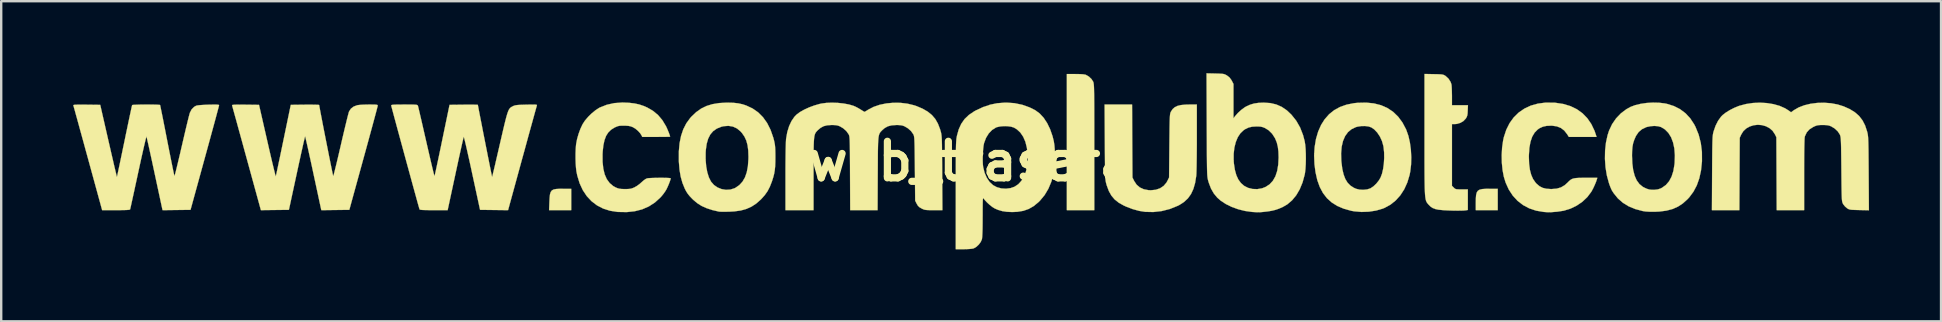
<source format=kicad_pcb>
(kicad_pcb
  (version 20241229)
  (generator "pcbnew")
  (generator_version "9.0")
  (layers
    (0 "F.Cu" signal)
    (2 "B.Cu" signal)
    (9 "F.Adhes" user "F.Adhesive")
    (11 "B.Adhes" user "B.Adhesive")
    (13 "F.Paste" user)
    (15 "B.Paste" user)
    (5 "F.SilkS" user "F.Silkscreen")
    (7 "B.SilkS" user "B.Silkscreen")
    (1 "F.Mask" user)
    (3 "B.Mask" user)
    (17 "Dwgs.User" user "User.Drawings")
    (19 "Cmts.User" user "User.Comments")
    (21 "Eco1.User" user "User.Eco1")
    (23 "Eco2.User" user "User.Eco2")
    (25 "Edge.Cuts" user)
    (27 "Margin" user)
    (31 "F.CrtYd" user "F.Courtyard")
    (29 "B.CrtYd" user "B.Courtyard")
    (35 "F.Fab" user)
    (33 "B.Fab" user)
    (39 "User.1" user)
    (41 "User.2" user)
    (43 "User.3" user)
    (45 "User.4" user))
  (footprint "web_trasera"
    (layer "F.Cu")
    (at 37.4 3.67)
    (property "Reference" "web_trasera" (at 0 0 0) (layer "F.SilkS") (effects (font (size 1.524 1.524) (thickness 0.3))))
    (attr through_hole)
    (fp_poly (pts (xy -16.654 2.034) (xy -17.576 2.034) (xy -17.563 1.697) (xy -17.554 1.516) (xy -17.539 1.379) (xy -17.51 1.281) (xy -17.462 1.215) (xy -17.388 1.174) (xy -17.282 1.153) (xy -17.137 1.145) (xy -16.998 1.144) (xy -16.654 1.144) (xy -16.654 2.034)) (stroke (width 0.01) (type solid)) (fill yes) (layer "F.SilkS"))
    (fp_poly (pts (xy 21.942 2.034) (xy 21.027 2.034) (xy 21.027 1.735) (xy 21.03 1.547) (xy 21.041 1.404) (xy 21.068 1.299) (xy 21.115 1.227) (xy 21.189 1.181) (xy 21.295 1.156) (xy 21.438 1.146) (xy 21.593 1.144) (xy 21.942 1.144) (xy 21.942 2.034)) (stroke (width 0.01) (type solid)) (fill yes) (layer "F.SilkS"))
    (fp_poly (pts (xy 4.534 -3.633) (xy 4.67 -3.625) (xy 4.761 -3.61) (xy 4.787 -3.602) (xy 4.913 -3.528) (xy 5.02 -3.425) (xy 5.088 -3.319) (xy 5.096 -3.301) (xy 5.102 -3.278) (xy 5.108 -3.249) (xy 5.113 -3.21) (xy 5.118 -3.158) (xy 5.122 -3.09) (xy 5.125 -3.003) (xy 5.127 -2.894) (xy 5.13 -2.761) (xy 5.131 -2.6) (xy 5.133 -2.407) (xy 5.134 -2.181) (xy 5.134 -1.918) (xy 5.135 -1.615) (xy 5.135 -1.27) (xy 5.135 -0.878) (xy 5.135 -0.591) (xy 5.136 2.034) (xy 3.992 2.034) (xy 3.992 -3.636) (xy 4.349 -3.636) (xy 4.534 -3.633)) (stroke (width 0.01) (type solid)) (fill yes) (layer "F.SilkS"))
    (fp_poly (pts (xy 19.281 -3.631) (xy 19.431 -3.628) (xy 19.539 -3.624) (xy 19.615 -3.617) (xy 19.669 -3.607) (xy 19.71 -3.591) (xy 19.748 -3.569) (xy 19.771 -3.554) (xy 19.892 -3.442) (xy 19.978 -3.307) (xy 20.012 -3.211) (xy 20.02 -3.152) (xy 20.026 -3.053) (xy 20.031 -2.927) (xy 20.034 -2.786) (xy 20.035 -2.727) (xy 20.035 -2.339) (xy 20.701 -2.339) (xy 20.692 -2.115) (xy 20.686 -1.999) (xy 20.675 -1.918) (xy 20.654 -1.857) (xy 20.622 -1.797) (xy 20.612 -1.782) (xy 20.516 -1.68) (xy 20.388 -1.603) (xy 20.243 -1.559) (xy 20.156 -1.551) (xy 20.035 -1.551) (xy 20.035 1.021) (xy 20.11 1.095) (xy 20.146 1.129) (xy 20.18 1.151) (xy 20.226 1.163) (xy 20.294 1.168) (xy 20.397 1.17) (xy 20.44 1.17) (xy 20.696 1.17) (xy 20.696 2.027) (xy 20.601 2.043) (xy 20.523 2.05) (xy 20.404 2.054) (xy 20.255 2.055) (xy 20.087 2.053) (xy 19.911 2.047) (xy 19.735 2.039) (xy 19.654 2.033) (xy 19.476 2.016) (xy 19.338 1.987) (xy 19.229 1.944) (xy 19.14 1.883) (xy 19.072 1.815) (xy 19.043 1.783) (xy 19.018 1.754) (xy 18.996 1.724) (xy 18.976 1.691) (xy 18.959 1.652) (xy 18.944 1.603) (xy 18.932 1.541) (xy 18.922 1.465) (xy 18.913 1.369) (xy 18.907 1.252) (xy 18.901 1.111) (xy 18.898 0.941) (xy 18.895 0.742) (xy 18.893 0.508) (xy 18.892 0.238) (xy 18.891 -0.072) (xy 18.891 -0.425) (xy 18.891 -0.823) (xy 18.891 -1.116) (xy 18.891 -3.639) (xy 19.281 -3.631)) (stroke (width 0.01) (type solid)) (fill yes) (layer "F.SilkS"))
    (fp_poly (pts (xy 6.717 -0.845) (xy 6.725 0.674) (xy 6.797 0.82) (xy 6.898 0.973) (xy 7.033 1.089) (xy 7.2 1.165) (xy 7.397 1.202) (xy 7.488 1.206) (xy 7.696 1.185) (xy 7.875 1.124) (xy 8.025 1.024) (xy 8.141 0.887) (xy 8.18 0.817) (xy 8.251 0.674) (xy 8.263 -0.648) (xy 8.266 -0.941) (xy 8.269 -1.188) (xy 8.271 -1.393) (xy 8.274 -1.559) (xy 8.277 -1.693) (xy 8.281 -1.798) (xy 8.286 -1.878) (xy 8.291 -1.939) (xy 8.298 -1.984) (xy 8.306 -2.017) (xy 8.316 -2.044) (xy 8.328 -2.068) (xy 8.333 -2.076) (xy 8.401 -2.177) (xy 8.488 -2.253) (xy 8.6 -2.308) (xy 8.744 -2.343) (xy 8.926 -2.361) (xy 9.094 -2.365) (xy 9.407 -2.365) (xy 9.407 -0.985) (xy 9.407 -0.717) (xy 9.405 -0.458) (xy 9.403 -0.214) (xy 9.4 0.01) (xy 9.397 0.208) (xy 9.393 0.374) (xy 9.389 0.503) (xy 9.384 0.589) (xy 9.382 0.61) (xy 9.335 0.902) (xy 9.263 1.151) (xy 9.164 1.364) (xy 9.035 1.543) (xy 8.873 1.694) (xy 8.677 1.82) (xy 8.619 1.85) (xy 8.289 1.984) (xy 7.945 2.072) (xy 7.594 2.112) (xy 7.259 2.105) (xy 7.006 2.065) (xy 6.736 1.991) (xy 6.467 1.889) (xy 6.358 1.839) (xy 6.151 1.722) (xy 5.983 1.588) (xy 5.848 1.428) (xy 5.741 1.237) (xy 5.655 1.005) (xy 5.638 0.946) (xy 5.627 0.904) (xy 5.617 0.862) (xy 5.609 0.817) (xy 5.602 0.763) (xy 5.596 0.696) (xy 5.591 0.613) (xy 5.588 0.509) (xy 5.585 0.38) (xy 5.582 0.222) (xy 5.58 0.029) (xy 5.578 -0.201) (xy 5.576 -0.473) (xy 5.574 -0.792) (xy 5.574 -0.807) (xy 5.565 -2.365) (xy 6.71 -2.365) (xy 6.717 -0.845)) (stroke (width 0.01) (type solid)) (fill yes) (layer "F.SilkS"))
    (fp_poly (pts (xy 16.785 -2.412) (xy 17.08 -2.337) (xy 17.346 -2.22) (xy 17.583 -2.062) (xy 17.791 -1.861) (xy 17.97 -1.62) (xy 18.121 -1.336) (xy 18.135 -1.302) (xy 18.221 -1.057) (xy 18.284 -0.778) (xy 18.324 -0.478) (xy 18.34 -0.168) (xy 18.332 0.138) (xy 18.297 0.43) (xy 18.269 0.572) (xy 18.175 0.883) (xy 18.046 1.166) (xy 17.884 1.416) (xy 17.692 1.63) (xy 17.472 1.806) (xy 17.227 1.94) (xy 17.153 1.97) (xy 16.876 2.051) (xy 16.575 2.098) (xy 16.267 2.109) (xy 15.964 2.083) (xy 15.84 2.061) (xy 15.533 1.976) (xy 15.263 1.862) (xy 15.029 1.716) (xy 14.829 1.537) (xy 14.663 1.322) (xy 14.529 1.071) (xy 14.425 0.782) (xy 14.351 0.452) (xy 14.308 0.121) (xy 14.293 -0.245) (xy 14.298 -0.33) (xy 15.417 -0.33) (xy 15.426 -0.019) (xy 15.432 0.041) (xy 15.467 0.317) (xy 15.521 0.547) (xy 15.593 0.737) (xy 15.687 0.891) (xy 15.805 1.011) (xy 15.948 1.103) (xy 16.047 1.146) (xy 16.189 1.18) (xy 16.348 1.187) (xy 16.504 1.17) (xy 16.636 1.127) (xy 16.646 1.122) (xy 16.765 1.042) (xy 16.885 0.928) (xy 16.991 0.794) (xy 17.061 0.675) (xy 17.122 0.514) (xy 17.168 0.316) (xy 17.198 0.094) (xy 17.212 -0.139) (xy 17.209 -0.371) (xy 17.186 -0.59) (xy 17.176 -0.647) (xy 17.12 -0.844) (xy 17.035 -1.03) (xy 16.925 -1.195) (xy 16.798 -1.329) (xy 16.675 -1.413) (xy 16.561 -1.452) (xy 16.416 -1.47) (xy 16.257 -1.468) (xy 16.102 -1.444) (xy 16.03 -1.424) (xy 15.85 -1.338) (xy 15.701 -1.213) (xy 15.583 -1.049) (xy 15.496 -0.846) (xy 15.44 -0.607) (xy 15.417 -0.33) (xy 14.298 -0.33) (xy 14.315 -0.598) (xy 14.371 -0.932) (xy 14.462 -1.241) (xy 14.586 -1.52) (xy 14.728 -1.745) (xy 14.914 -1.958) (xy 15.128 -2.13) (xy 15.371 -2.264) (xy 15.646 -2.361) (xy 15.955 -2.422) (xy 16.107 -2.437) (xy 16.461 -2.445) (xy 16.785 -2.412)) (stroke (width 0.01) (type solid)) (fill yes) (layer "F.SilkS"))
    (fp_poly (pts (xy 24.277 -2.444) (xy 24.34 -2.439) (xy 24.67 -2.389) (xy 24.969 -2.3) (xy 25.236 -2.171) (xy 25.471 -2.003) (xy 25.672 -1.797) (xy 25.84 -1.553) (xy 25.974 -1.272) (xy 26.037 -1.087) (xy 26.058 -1.017) (xy 25.481 -1.017) (xy 24.904 -1.017) (xy 24.832 -1.131) (xy 24.713 -1.282) (xy 24.572 -1.39) (xy 24.405 -1.456) (xy 24.207 -1.484) (xy 24.167 -1.485) (xy 23.98 -1.477) (xy 23.827 -1.444) (xy 23.692 -1.384) (xy 23.607 -1.326) (xy 23.48 -1.198) (xy 23.379 -1.028) (xy 23.306 -0.814) (xy 23.259 -0.558) (xy 23.24 -0.258) (xy 23.239 -0.181) (xy 23.249 0.107) (xy 23.281 0.353) (xy 23.336 0.562) (xy 23.414 0.739) (xy 23.519 0.889) (xy 23.569 0.943) (xy 23.685 1.039) (xy 23.814 1.105) (xy 23.965 1.142) (xy 24.151 1.155) (xy 24.192 1.155) (xy 24.4 1.138) (xy 24.576 1.086) (xy 24.73 0.996) (xy 24.852 0.886) (xy 24.916 0.821) (xy 24.974 0.772) (xy 25.034 0.737) (xy 25.106 0.713) (xy 25.197 0.698) (xy 25.315 0.69) (xy 25.47 0.687) (xy 25.617 0.686) (xy 26.09 0.686) (xy 26.074 0.744) (xy 26.037 0.855) (xy 25.981 0.989) (xy 25.918 1.125) (xy 25.854 1.244) (xy 25.838 1.271) (xy 25.672 1.491) (xy 25.468 1.684) (xy 25.232 1.845) (xy 24.972 1.971) (xy 24.695 2.057) (xy 24.421 2.099) (xy 24.316 2.107) (xy 24.218 2.115) (xy 24.154 2.12) (xy 24.086 2.121) (xy 23.987 2.118) (xy 23.876 2.11) (xy 23.852 2.108) (xy 23.54 2.055) (xy 23.253 1.959) (xy 22.994 1.821) (xy 22.765 1.643) (xy 22.567 1.427) (xy 22.402 1.175) (xy 22.271 0.887) (xy 22.195 0.639) (xy 22.143 0.363) (xy 22.113 0.059) (xy 22.107 -0.257) (xy 22.124 -0.57) (xy 22.165 -0.861) (xy 22.196 -1.005) (xy 22.298 -1.315) (xy 22.436 -1.591) (xy 22.609 -1.83) (xy 22.815 -2.032) (xy 23.052 -2.195) (xy 23.318 -2.32) (xy 23.613 -2.403) (xy 23.933 -2.445) (xy 24.277 -2.444)) (stroke (width 0.01) (type solid)) (fill yes) (layer "F.SilkS"))
    (fp_poly (pts (xy 28.662 -2.44) (xy 28.899 -2.412) (xy 28.992 -2.393) (xy 29.283 -2.301) (xy 29.54 -2.17) (xy 29.766 -2) (xy 29.962 -1.789) (xy 30.127 -1.537) (xy 30.178 -1.44) (xy 30.311 -1.114) (xy 30.401 -0.763) (xy 30.448 -0.394) (xy 30.45 -0.012) (xy 30.449 0.007) (xy 30.411 0.375) (xy 30.339 0.707) (xy 30.234 1.003) (xy 30.094 1.267) (xy 29.919 1.502) (xy 29.849 1.577) (xy 29.655 1.752) (xy 29.448 1.888) (xy 29.221 1.988) (xy 28.968 2.055) (xy 28.682 2.092) (xy 28.515 2.1) (xy 28.29 2.101) (xy 28.111 2.091) (xy 27.984 2.072) (xy 27.669 1.988) (xy 27.394 1.874) (xy 27.154 1.726) (xy 26.947 1.545) (xy 26.77 1.326) (xy 26.702 1.22) (xy 26.67 1.155) (xy 26.629 1.058) (xy 26.588 0.947) (xy 26.573 0.902) (xy 26.487 0.585) (xy 26.432 0.248) (xy 26.408 -0.1) (xy 26.41 -0.24) (xy 27.536 -0.24) (xy 27.548 0.083) (xy 27.584 0.362) (xy 27.645 0.598) (xy 27.73 0.791) (xy 27.841 0.944) (xy 27.978 1.057) (xy 28.028 1.086) (xy 28.151 1.143) (xy 28.255 1.175) (xy 28.364 1.187) (xy 28.479 1.185) (xy 28.61 1.17) (xy 28.722 1.133) (xy 28.781 1.104) (xy 28.946 0.987) (xy 29.08 0.831) (xy 29.184 0.637) (xy 29.259 0.402) (xy 29.305 0.126) (xy 29.311 0.064) (xy 29.321 -0.249) (xy 29.3 -0.533) (xy 29.246 -0.785) (xy 29.163 -1.003) (xy 29.05 -1.184) (xy 28.908 -1.328) (xy 28.745 -1.427) (xy 28.622 -1.462) (xy 28.47 -1.474) (xy 28.308 -1.463) (xy 28.151 -1.43) (xy 28.129 -1.423) (xy 27.954 -1.34) (xy 27.813 -1.222) (xy 27.705 -1.064) (xy 27.69 -1.035) (xy 27.627 -0.89) (xy 27.582 -0.751) (xy 27.554 -0.601) (xy 27.54 -0.429) (xy 27.536 -0.24) (xy 26.41 -0.24) (xy 26.414 -0.446) (xy 26.451 -0.781) (xy 26.519 -1.093) (xy 26.58 -1.281) (xy 26.707 -1.549) (xy 26.873 -1.79) (xy 27.074 -2) (xy 27.304 -2.173) (xy 27.477 -2.268) (xy 27.671 -2.341) (xy 27.899 -2.395) (xy 28.149 -2.431) (xy 28.408 -2.446) (xy 28.662 -2.44)) (stroke (width 0.01) (type solid)) (fill yes) (layer "F.SilkS"))
    (fp_poly (pts (xy -9.905 -2.438) (xy -9.698 -2.415) (xy -9.511 -2.374) (xy -9.362 -2.324) (xy -9.098 -2.2) (xy -8.866 -2.038) (xy -8.665 -1.836) (xy -8.493 -1.595) (xy -8.351 -1.313) (xy -8.238 -0.989) (xy -8.207 -0.873) (xy -8.186 -0.779) (xy -8.17 -0.689) (xy -8.16 -0.59) (xy -8.154 -0.472) (xy -8.151 -0.323) (xy -8.15 -0.191) (xy -8.152 0.03) (xy -8.159 0.212) (xy -8.175 0.368) (xy -8.199 0.511) (xy -8.235 0.653) (xy -8.283 0.807) (xy -8.294 0.839) (xy -8.38 1.059) (xy -8.476 1.244) (xy -8.592 1.409) (xy -8.737 1.571) (xy -8.758 1.592) (xy -8.946 1.758) (xy -9.143 1.887) (xy -9.356 1.983) (xy -9.593 2.049) (xy -9.862 2.086) (xy -10.081 2.098) (xy -10.216 2.1) (xy -10.337 2.1) (xy -10.433 2.099) (xy -10.493 2.095) (xy -10.501 2.094) (xy -10.78 2.029) (xy -11.018 1.951) (xy -11.224 1.858) (xy -11.405 1.743) (xy -11.571 1.604) (xy -11.61 1.566) (xy -11.718 1.453) (xy -11.799 1.353) (xy -11.865 1.25) (xy -11.922 1.141) (xy -12.02 0.901) (xy -12.093 0.642) (xy -12.142 0.355) (xy -12.169 0.031) (xy -12.172 -0.033) (xy -12.171 -0.065) (xy -11.055 -0.065) (xy -11.032 0.21) (xy -10.986 0.457) (xy -10.92 0.669) (xy -10.833 0.841) (xy -10.828 0.849) (xy -10.708 0.986) (xy -10.558 1.09) (xy -10.388 1.158) (xy -10.207 1.188) (xy -10.026 1.177) (xy -9.853 1.123) (xy -9.815 1.104) (xy -9.653 0.992) (xy -9.52 0.848) (xy -9.417 0.671) (xy -9.342 0.457) (xy -9.294 0.204) (xy -9.273 -0.09) (xy -9.271 -0.191) (xy -9.28 -0.452) (xy -9.309 -0.674) (xy -9.361 -0.864) (xy -9.438 -1.03) (xy -9.543 -1.181) (xy -9.601 -1.246) (xy -9.749 -1.369) (xy -9.918 -1.447) (xy -10.104 -1.478) (xy -10.304 -1.463) (xy -10.405 -1.439) (xy -10.588 -1.364) (xy -10.74 -1.258) (xy -10.86 -1.119) (xy -10.95 -0.943) (xy -11.012 -0.729) (xy -11.047 -0.474) (xy -11.054 -0.361) (xy -11.055 -0.065) (xy -12.171 -0.065) (xy -12.171 -0.414) (xy -12.14 -0.756) (xy -12.078 -1.062) (xy -11.985 -1.337) (xy -11.859 -1.583) (xy -11.699 -1.803) (xy -11.64 -1.868) (xy -11.448 -2.05) (xy -11.244 -2.195) (xy -11.022 -2.304) (xy -10.776 -2.38) (xy -10.498 -2.426) (xy -10.184 -2.444) (xy -10.145 -2.444) (xy -9.905 -2.438)) (stroke (width 0.01) (type solid)) (fill yes) (layer "F.SilkS"))
    (fp_poly (pts (xy 10.178 -3.657) (xy 10.322 -3.653) (xy 10.426 -3.648) (xy 10.5 -3.641) (xy 10.554 -3.629) (xy 10.6 -3.61) (xy 10.648 -3.584) (xy 10.667 -3.572) (xy 10.77 -3.491) (xy 10.848 -3.385) (xy 10.862 -3.359) (xy 10.933 -3.223) (xy 10.933 -1.792) (xy 11.001 -1.881) (xy 11.119 -2.015) (xy 11.259 -2.143) (xy 11.403 -2.249) (xy 11.466 -2.286) (xy 11.627 -2.359) (xy 11.792 -2.408) (xy 11.976 -2.435) (xy 12.191 -2.444) (xy 12.469 -2.426) (xy 12.717 -2.368) (xy 12.944 -2.268) (xy 13.156 -2.124) (xy 13.348 -1.942) (xy 13.548 -1.691) (xy 13.709 -1.409) (xy 13.832 -1.093) (xy 13.899 -0.839) (xy 13.922 -0.694) (xy 13.938 -0.513) (xy 13.947 -0.307) (xy 13.949 -0.092) (xy 13.944 0.121) (xy 13.932 0.317) (xy 13.913 0.484) (xy 13.899 0.559) (xy 13.811 0.88) (xy 13.693 1.166) (xy 13.547 1.415) (xy 13.373 1.625) (xy 13.175 1.794) (xy 12.988 1.902) (xy 12.838 1.968) (xy 12.694 2.019) (xy 12.542 2.057) (xy 12.371 2.086) (xy 12.169 2.109) (xy 12.039 2.12) (xy 11.966 2.121) (xy 11.862 2.118) (xy 11.745 2.111) (xy 11.708 2.109) (xy 11.417 2.068) (xy 11.131 1.997) (xy 10.86 1.899) (xy 10.613 1.778) (xy 10.398 1.636) (xy 10.259 1.514) (xy 10.115 1.34) (xy 9.998 1.136) (xy 9.905 0.893) (xy 9.884 0.822) (xy 9.874 0.786) (xy 9.866 0.751) (xy 9.858 0.712) (xy 9.852 0.668) (xy 9.846 0.614) (xy 9.841 0.546) (xy 9.837 0.461) (xy 9.834 0.356) (xy 9.831 0.228) (xy 9.829 0.072) (xy 9.828 -0.041) (xy 10.941 -0.041) (xy 10.952 0.096) (xy 10.992 0.358) (xy 11.053 0.578) (xy 11.136 0.758) (xy 11.244 0.905) (xy 11.378 1.022) (xy 11.378 1.022) (xy 11.542 1.106) (xy 11.729 1.152) (xy 11.925 1.159) (xy 12.121 1.126) (xy 12.271 1.068) (xy 12.438 0.959) (xy 12.574 0.812) (xy 12.68 0.626) (xy 12.755 0.4) (xy 12.799 0.134) (xy 12.814 -0.165) (xy 12.806 -0.406) (xy 12.781 -0.609) (xy 12.737 -0.786) (xy 12.671 -0.947) (xy 12.663 -0.964) (xy 12.546 -1.147) (xy 12.4 -1.292) (xy 12.239 -1.39) (xy 12.152 -1.425) (xy 12.066 -1.445) (xy 11.962 -1.452) (xy 11.892 -1.453) (xy 11.711 -1.442) (xy 11.56 -1.406) (xy 11.425 -1.342) (xy 11.358 -1.297) (xy 11.224 -1.171) (xy 11.114 -1.005) (xy 11.03 -0.803) (xy 10.971 -0.572) (xy 10.942 -0.316) (xy 10.941 -0.041) (xy 9.828 -0.041) (xy 9.827 -0.115) (xy 9.825 -0.336) (xy 9.824 -0.595) (xy 9.823 -0.895) (xy 9.821 -1.24) (xy 9.82 -1.521) (xy 9.812 -3.665) (xy 10.178 -3.657)) (stroke (width 0.01) (type solid)) (fill yes) (layer "F.SilkS"))
    (fp_poly (pts (xy -14.25 -2.438) (xy -14.021 -2.411) (xy -13.824 -2.369) (xy -13.637 -2.306) (xy -13.488 -2.241) (xy -13.245 -2.1) (xy -13.036 -1.926) (xy -12.858 -1.715) (xy -12.706 -1.463) (xy -12.7 -1.45) (xy -12.665 -1.375) (xy -12.626 -1.283) (xy -12.588 -1.189) (xy -12.557 -1.104) (xy -12.538 -1.044) (xy -12.535 -1.026) (xy -12.559 -1.023) (xy -12.627 -1.021) (xy -12.732 -1.019) (xy -12.866 -1.018) (xy -13.022 -1.017) (xy -13.115 -1.017) (xy -13.696 -1.017) (xy -13.725 -1.081) (xy -13.786 -1.175) (xy -13.878 -1.274) (xy -13.985 -1.363) (xy -14.092 -1.425) (xy -14.093 -1.426) (xy -14.178 -1.457) (xy -14.268 -1.476) (xy -14.382 -1.484) (xy -14.455 -1.486) (xy -14.571 -1.485) (xy -14.655 -1.478) (xy -14.726 -1.46) (xy -14.802 -1.429) (xy -14.852 -1.405) (xy -14.994 -1.316) (xy -15.11 -1.203) (xy -15.201 -1.06) (xy -15.268 -0.883) (xy -15.315 -0.668) (xy -15.343 -0.41) (xy -15.349 -0.292) (xy -15.348 0.027) (xy -15.318 0.306) (xy -15.26 0.545) (xy -15.172 0.744) (xy -15.053 0.906) (xy -14.905 1.031) (xy -14.798 1.09) (xy -14.72 1.122) (xy -14.645 1.142) (xy -14.557 1.152) (xy -14.438 1.156) (xy -14.416 1.156) (xy -14.294 1.154) (xy -14.205 1.147) (xy -14.132 1.13) (xy -14.057 1.101) (xy -14.022 1.086) (xy -13.915 1.024) (xy -13.801 0.94) (xy -13.729 0.876) (xy -13.645 0.802) (xy -13.564 0.743) (xy -13.5 0.712) (xy -13.448 0.703) (xy -13.361 0.697) (xy -13.247 0.692) (xy -13.117 0.689) (xy -12.98 0.687) (xy -12.844 0.687) (xy -12.72 0.689) (xy -12.617 0.693) (xy -12.544 0.699) (xy -12.51 0.706) (xy -12.509 0.708) (xy -12.519 0.757) (xy -12.547 0.839) (xy -12.585 0.94) (xy -12.63 1.046) (xy -12.676 1.144) (xy -12.692 1.176) (xy -12.751 1.271) (xy -12.831 1.38) (xy -12.918 1.484) (xy -12.939 1.506) (xy -13.167 1.714) (xy -13.421 1.879) (xy -13.701 2.001) (xy -14.007 2.079) (xy -14.34 2.115) (xy -14.701 2.109) (xy -14.729 2.107) (xy -15.039 2.059) (xy -15.324 1.968) (xy -15.581 1.835) (xy -15.809 1.661) (xy -16.006 1.45) (xy -16.172 1.201) (xy -16.304 0.916) (xy -16.401 0.597) (xy -16.437 0.423) (xy -16.455 0.274) (xy -16.468 0.091) (xy -16.474 -0.112) (xy -16.474 -0.32) (xy -16.467 -0.516) (xy -16.454 -0.686) (xy -16.448 -0.729) (xy -16.41 -0.928) (xy -16.348 -1.144) (xy -16.271 -1.354) (xy -16.185 -1.537) (xy -16.178 -1.551) (xy -16.081 -1.698) (xy -15.951 -1.851) (xy -15.801 -1.998) (xy -15.645 -2.126) (xy -15.494 -2.225) (xy -15.459 -2.243) (xy -15.171 -2.356) (xy -14.859 -2.425) (xy -14.521 -2.449) (xy -14.25 -2.438)) (stroke (width 0.01) (type solid)) (fill yes) (layer "F.SilkS"))
    (fp_poly (pts (xy 1.81 -2.422) (xy 2.134 -2.355) (xy 2.443 -2.245) (xy 2.68 -2.126) (xy 2.861 -1.991) (xy 3.026 -1.813) (xy 3.171 -1.593) (xy 3.295 -1.337) (xy 3.395 -1.05) (xy 3.448 -0.839) (xy 3.473 -0.675) (xy 3.489 -0.476) (xy 3.496 -0.256) (xy 3.494 -0.03) (xy 3.482 0.188) (xy 3.462 0.383) (xy 3.44 0.509) (xy 3.348 0.844) (xy 3.223 1.142) (xy 3.066 1.406) (xy 2.873 1.639) (xy 2.804 1.707) (xy 2.608 1.867) (xy 2.404 1.984) (xy 2.182 2.062) (xy 1.934 2.103) (xy 1.716 2.113) (xy 1.492 2.103) (xy 1.3 2.074) (xy 1.125 2.022) (xy 0.992 1.965) (xy 0.894 1.905) (xy 0.782 1.818) (xy 0.671 1.717) (xy 0.576 1.616) (xy 0.527 1.551) (xy 0.516 1.536) (xy 0.507 1.534) (xy 0.5 1.548) (xy 0.494 1.584) (xy 0.49 1.646) (xy 0.488 1.739) (xy 0.486 1.868) (xy 0.485 2.037) (xy 0.485 2.252) (xy 0.484 2.309) (xy 0.483 2.583) (xy 0.48 2.813) (xy 0.474 2.997) (xy 0.467 3.135) (xy 0.458 3.224) (xy 0.454 3.248) (xy 0.406 3.357) (xy 0.326 3.466) (xy 0.227 3.559) (xy 0.123 3.621) (xy 0.089 3.633) (xy 0.023 3.644) (xy -0.079 3.653) (xy -0.203 3.659) (xy -0.324 3.661) (xy -0.636 3.661) (xy -0.635 1.417) (xy -0.635 1.026) (xy -0.635 0.682) (xy -0.634 0.382) (xy -0.634 0.123) (xy -0.633 -0.015) (xy 0.488 -0.015) (xy 0.494 0.13) (xy 0.506 0.239) (xy 0.566 0.478) (xy 0.657 0.687) (xy 0.774 0.86) (xy 0.917 0.992) (xy 0.919 0.994) (xy 1.079 1.079) (xy 1.263 1.129) (xy 1.458 1.141) (xy 1.649 1.116) (xy 1.814 1.058) (xy 1.97 0.954) (xy 2.102 0.809) (xy 2.209 0.629) (xy 2.29 0.417) (xy 2.342 0.179) (xy 2.364 -0.081) (xy 2.354 -0.357) (xy 2.326 -0.57) (xy 2.265 -0.814) (xy 2.173 -1.025) (xy 2.054 -1.199) (xy 1.908 -1.334) (xy 1.785 -1.407) (xy 1.668 -1.443) (xy 1.52 -1.463) (xy 1.361 -1.466) (xy 1.207 -1.452) (xy 1.076 -1.422) (xy 1.037 -1.407) (xy 0.875 -1.304) (xy 0.737 -1.159) (xy 0.625 -0.976) (xy 0.543 -0.758) (xy 0.543 -0.756) (xy 0.522 -0.653) (xy 0.506 -0.514) (xy 0.495 -0.352) (xy 0.488 -0.181) (xy 0.488 -0.015) (xy -0.633 -0.015) (xy -0.633 -0.1) (xy -0.631 -0.289) (xy -0.629 -0.448) (xy -0.627 -0.58) (xy -0.624 -0.689) (xy -0.62 -0.779) (xy -0.615 -0.852) (xy -0.61 -0.913) (xy -0.604 -0.964) (xy -0.596 -1.01) (xy -0.588 -1.053) (xy -0.587 -1.061) (xy -0.512 -1.331) (xy -0.406 -1.563) (xy -0.266 -1.763) (xy -0.086 -1.934) (xy 0.136 -2.084) (xy 0.216 -2.127) (xy 0.513 -2.264) (xy 0.8 -2.36) (xy 1.089 -2.419) (xy 1.396 -2.443) (xy 1.483 -2.445) (xy 1.81 -2.422)) (stroke (width 0.01) (type solid)) (fill yes) (layer "F.SilkS"))
    (fp_poly (pts (xy -24.925 -2.364) (xy -24.828 -2.362) (xy -24.766 -2.357) (xy -24.731 -2.348) (xy -24.717 -2.335) (xy -24.714 -2.32) (xy -24.721 -2.289) (xy -24.741 -2.213) (xy -24.771 -2.095) (xy -24.813 -1.939) (xy -24.864 -1.749) (xy -24.924 -1.527) (xy -24.992 -1.278) (xy -25.066 -1.005) (xy -25.146 -0.712) (xy -25.231 -0.402) (xy -25.307 -0.127) (xy -25.898 2.021) (xy -26.482 2.028) (xy -27.065 2.035) (xy -27.396 0.496) (xy -27.454 0.225) (xy -27.51 -0.032) (xy -27.562 -0.268) (xy -27.609 -0.481) (xy -27.65 -0.666) (xy -27.685 -0.819) (xy -27.712 -0.935) (xy -27.731 -1.011) (xy -27.74 -1.042) (xy -27.74 -1.042) (xy -27.748 -1.018) (xy -27.765 -0.949) (xy -27.791 -0.838) (xy -27.825 -0.69) (xy -27.865 -0.509) (xy -27.912 -0.3) (xy -27.963 -0.067) (xy -28.019 0.187) (xy -28.077 0.456) (xy -28.084 0.489) (xy -28.415 2.021) (xy -29.582 2.034) (xy -30.177 -0.133) (xy -30.266 -0.456) (xy -30.35 -0.764) (xy -30.43 -1.055) (xy -30.505 -1.326) (xy -30.572 -1.571) (xy -30.632 -1.789) (xy -30.684 -1.975) (xy -30.726 -2.127) (xy -30.757 -2.239) (xy -30.776 -2.309) (xy -30.783 -2.333) (xy -30.777 -2.344) (xy -30.747 -2.352) (xy -30.689 -2.357) (xy -30.595 -2.36) (xy -30.463 -2.361) (xy -30.287 -2.359) (xy -30.227 -2.359) (xy -29.66 -2.352) (xy -29.316 -0.846) (xy -29.255 -0.579) (xy -29.197 -0.328) (xy -29.143 -0.097) (xy -29.094 0.109) (xy -29.051 0.287) (xy -29.015 0.432) (xy -28.988 0.54) (xy -28.969 0.607) (xy -28.961 0.629) (xy -28.961 0.629) (xy -28.954 0.599) (xy -28.937 0.524) (xy -28.912 0.407) (xy -28.88 0.255) (xy -28.841 0.07) (xy -28.796 -0.142) (xy -28.747 -0.377) (xy -28.694 -0.631) (xy -28.643 -0.877) (xy -28.337 -2.352) (xy -27.745 -2.359) (xy -27.578 -2.36) (xy -27.429 -2.359) (xy -27.306 -2.357) (xy -27.215 -2.354) (xy -27.164 -2.349) (xy -27.155 -2.346) (xy -27.15 -2.314) (xy -27.136 -2.238) (xy -27.115 -2.123) (xy -27.087 -1.975) (xy -27.053 -1.799) (xy -27.015 -1.6) (xy -26.973 -1.384) (xy -26.928 -1.156) (xy -26.882 -0.922) (xy -26.835 -0.686) (xy -26.789 -0.454) (xy -26.745 -0.232) (xy -26.703 -0.024) (xy -26.665 0.164) (xy -26.632 0.326) (xy -26.605 0.457) (xy -26.585 0.553) (xy -26.573 0.607) (xy -26.57 0.617) (xy -26.561 0.597) (xy -26.542 0.532) (xy -26.514 0.426) (xy -26.479 0.284) (xy -26.436 0.11) (xy -26.388 -0.091) (xy -26.335 -0.315) (xy -26.279 -0.556) (xy -26.253 -0.667) (xy -26.195 -0.92) (xy -26.138 -1.161) (xy -26.085 -1.385) (xy -26.036 -1.586) (xy -25.994 -1.759) (xy -25.958 -1.901) (xy -25.93 -2.004) (xy -25.913 -2.065) (xy -25.909 -2.075) (xy -25.831 -2.194) (xy -25.715 -2.282) (xy -25.569 -2.336) (xy -25.553 -2.339) (xy -25.476 -2.349) (xy -25.363 -2.357) (xy -25.228 -2.362) (xy -25.086 -2.365) (xy -25.066 -2.365) (xy -24.925 -2.364)) (stroke (width 0.01) (type solid)) (fill yes) (layer "F.SilkS"))
    (fp_poly (pts (xy 33.155 -2.426) (xy 33.431 -2.381) (xy 33.686 -2.309) (xy 33.912 -2.209) (xy 34.057 -2.118) (xy 34.159 -2.043) (xy 34.278 -2.129) (xy 34.477 -2.244) (xy 34.712 -2.334) (xy 34.973 -2.397) (xy 35.251 -2.433) (xy 35.537 -2.44) (xy 35.823 -2.419) (xy 36.099 -2.368) (xy 36.349 -2.29) (xy 36.609 -2.174) (xy 36.824 -2.04) (xy 36.999 -1.885) (xy 37.138 -1.704) (xy 37.247 -1.491) (xy 37.329 -1.241) (xy 37.33 -1.239) (xy 37.341 -1.194) (xy 37.351 -1.149) (xy 37.359 -1.101) (xy 37.366 -1.044) (xy 37.372 -0.975) (xy 37.376 -0.89) (xy 37.38 -0.783) (xy 37.383 -0.65) (xy 37.386 -0.488) (xy 37.388 -0.292) (xy 37.39 -0.058) (xy 37.392 0.219) (xy 37.394 0.504) (xy 37.404 2.039) (xy 37 2.03) (xy 36.847 2.026) (xy 36.736 2.022) (xy 36.657 2.016) (xy 36.601 2.006) (xy 36.558 1.991) (xy 36.519 1.97) (xy 36.49 1.951) (xy 36.412 1.884) (xy 36.344 1.801) (xy 36.327 1.773) (xy 36.314 1.749) (xy 36.304 1.724) (xy 36.295 1.693) (xy 36.287 1.654) (xy 36.281 1.601) (xy 36.276 1.529) (xy 36.272 1.436) (xy 36.269 1.315) (xy 36.266 1.163) (xy 36.263 0.976) (xy 36.261 0.748) (xy 36.258 0.477) (xy 36.257 0.331) (xy 36.254 0.035) (xy 36.251 -0.213) (xy 36.248 -0.42) (xy 36.246 -0.589) (xy 36.242 -0.725) (xy 36.238 -0.832) (xy 36.234 -0.915) (xy 36.228 -0.978) (xy 36.221 -1.025) (xy 36.213 -1.061) (xy 36.203 -1.09) (xy 36.192 -1.117) (xy 36.191 -1.119) (xy 36.106 -1.248) (xy 35.983 -1.364) (xy 35.833 -1.456) (xy 35.826 -1.459) (xy 35.749 -1.488) (xy 35.664 -1.505) (xy 35.552 -1.512) (xy 35.481 -1.513) (xy 35.364 -1.511) (xy 35.28 -1.503) (xy 35.207 -1.485) (xy 35.128 -1.452) (xy 35.078 -1.427) (xy 34.924 -1.329) (xy 34.813 -1.203) (xy 34.739 -1.046) (xy 34.731 -1.018) (xy 34.726 -0.973) (xy 34.721 -0.881) (xy 34.717 -0.745) (xy 34.713 -0.568) (xy 34.71 -0.353) (xy 34.708 -0.104) (xy 34.707 0.176) (xy 34.706 0.483) (xy 34.706 0.553) (xy 34.706 2.034) (xy 33.563 2.034) (xy 33.556 0.515) (xy 33.549 -1.004) (xy 33.488 -1.127) (xy 33.392 -1.271) (xy 33.264 -1.382) (xy 33.114 -1.461) (xy 32.949 -1.508) (xy 32.776 -1.522) (xy 32.605 -1.503) (xy 32.442 -1.452) (xy 32.295 -1.37) (xy 32.172 -1.255) (xy 32.084 -1.113) (xy 32.023 -0.979) (xy 32.015 0.528) (xy 32.008 2.034) (xy 30.864 2.034) (xy 30.872 0.489) (xy 30.874 0.17) (xy 30.876 -0.103) (xy 30.878 -0.334) (xy 30.88 -0.526) (xy 30.883 -0.685) (xy 30.886 -0.814) (xy 30.89 -0.918) (xy 30.894 -1.001) (xy 30.9 -1.068) (xy 30.907 -1.122) (xy 30.915 -1.168) (xy 30.925 -1.21) (xy 30.936 -1.252) (xy 30.937 -1.253) (xy 31.018 -1.485) (xy 31.122 -1.69) (xy 31.245 -1.86) (xy 31.312 -1.929) (xy 31.441 -2.029) (xy 31.604 -2.13) (xy 31.785 -2.223) (xy 31.97 -2.3) (xy 32.011 -2.314) (xy 32.286 -2.387) (xy 32.573 -2.43) (xy 32.866 -2.443) (xy 33.155 -2.426)) (stroke (width 0.01) (type solid)) (fill yes) (layer "F.SilkS"))
    (fp_poly (pts (xy -34.176 -2.364) (xy -34.041 -2.362) (xy -33.925 -2.359) (xy -33.838 -2.354) (xy -33.789 -2.349) (xy -33.782 -2.345) (xy -33.775 -2.318) (xy -33.759 -2.244) (xy -33.736 -2.13) (xy -33.705 -1.979) (xy -33.668 -1.796) (xy -33.627 -1.586) (xy -33.58 -1.352) (xy -33.531 -1.099) (xy -33.485 -0.864) (xy -33.433 -0.599) (xy -33.383 -0.348) (xy -33.337 -0.117) (xy -33.295 0.091) (xy -33.259 0.27) (xy -33.228 0.416) (xy -33.205 0.526) (xy -33.19 0.594) (xy -33.183 0.615) (xy -33.175 0.595) (xy -33.156 0.529) (xy -33.128 0.423) (xy -33.093 0.282) (xy -33.051 0.108) (xy -33.003 -0.092) (xy -32.95 -0.314) (xy -32.895 -0.554) (xy -32.877 -0.63) (xy -32.819 -0.881) (xy -32.763 -1.12) (xy -32.711 -1.342) (xy -32.663 -1.542) (xy -32.621 -1.715) (xy -32.586 -1.855) (xy -32.559 -1.958) (xy -32.542 -2.017) (xy -32.54 -2.023) (xy -32.467 -2.164) (xy -32.363 -2.268) (xy -32.278 -2.316) (xy -32.223 -2.328) (xy -32.125 -2.34) (xy -31.993 -2.349) (xy -31.833 -2.357) (xy -31.763 -2.359) (xy -31.6 -2.362) (xy -31.481 -2.363) (xy -31.401 -2.361) (xy -31.352 -2.355) (xy -31.329 -2.346) (xy -31.324 -2.336) (xy -31.331 -2.307) (xy -31.35 -2.232) (xy -31.381 -2.115) (xy -31.422 -1.961) (xy -31.473 -1.771) (xy -31.533 -1.55) (xy -31.601 -1.302) (xy -31.675 -1.03) (xy -31.755 -0.737) (xy -31.84 -0.427) (xy -31.919 -0.14) (xy -32.513 2.021) (xy -33.679 2.035) (xy -34.006 0.515) (xy -34.064 0.244) (xy -34.119 -0.012) (xy -34.171 -0.25) (xy -34.218 -0.464) (xy -34.259 -0.651) (xy -34.294 -0.805) (xy -34.321 -0.924) (xy -34.339 -1.002) (xy -34.347 -1.034) (xy -34.348 -1.035) (xy -34.356 -1.016) (xy -34.373 -0.952) (xy -34.399 -0.846) (xy -34.433 -0.703) (xy -34.474 -0.527) (xy -34.52 -0.322) (xy -34.572 -0.092) (xy -34.627 0.159) (xy -34.685 0.426) (xy -34.691 0.453) (xy -34.749 0.723) (xy -34.805 0.98) (xy -34.856 1.217) (xy -34.903 1.431) (xy -34.944 1.618) (xy -34.978 1.773) (xy -35.004 1.891) (xy -35.022 1.969) (xy -35.03 2.002) (xy -35.03 2.002) (xy -35.047 2.013) (xy -35.091 2.021) (xy -35.167 2.027) (xy -35.28 2.031) (xy -35.435 2.033) (xy -35.618 2.034) (xy -36.195 2.034) (xy -36.789 -0.133) (xy -36.878 -0.456) (xy -36.962 -0.764) (xy -37.042 -1.055) (xy -37.117 -1.326) (xy -37.184 -1.571) (xy -37.244 -1.789) (xy -37.296 -1.976) (xy -37.337 -2.127) (xy -37.369 -2.239) (xy -37.388 -2.309) (xy -37.395 -2.333) (xy -37.389 -2.344) (xy -37.359 -2.352) (xy -37.3 -2.357) (xy -37.207 -2.36) (xy -37.075 -2.361) (xy -36.898 -2.359) (xy -36.841 -2.359) (xy -36.275 -2.352) (xy -35.931 -0.846) (xy -35.869 -0.578) (xy -35.811 -0.325) (xy -35.757 -0.093) (xy -35.709 0.116) (xy -35.666 0.297) (xy -35.631 0.445) (xy -35.604 0.557) (xy -35.587 0.627) (xy -35.579 0.653) (xy -35.579 0.653) (xy -35.573 0.628) (xy -35.557 0.557) (xy -35.533 0.444) (xy -35.502 0.296) (xy -35.463 0.114) (xy -35.42 -0.095) (xy -35.371 -0.328) (xy -35.319 -0.58) (xy -35.265 -0.837) (xy -35.21 -1.105) (xy -35.157 -1.357) (xy -35.108 -1.591) (xy -35.064 -1.801) (xy -35.025 -1.983) (xy -34.993 -2.132) (xy -34.969 -2.245) (xy -34.952 -2.316) (xy -34.945 -2.342) (xy -34.917 -2.349) (xy -34.847 -2.354) (xy -34.743 -2.358) (xy -34.616 -2.362) (xy -34.473 -2.364) (xy -34.323 -2.364) (xy -34.176 -2.364)) (stroke (width 0.01) (type solid)) (fill yes) (layer "F.SilkS"))
    (fp_poly (pts (xy -5.545 -2.434) (xy -5.304 -2.408) (xy -5.083 -2.367) (xy -4.898 -2.313) (xy -4.802 -2.271) (xy -4.691 -2.212) (xy -4.604 -2.16) (xy -4.526 -2.111) (xy -4.467 -2.075) (xy -4.437 -2.06) (xy -4.436 -2.059) (xy -4.411 -2.072) (xy -4.355 -2.105) (xy -4.28 -2.152) (xy -4.279 -2.153) (xy -4.057 -2.268) (xy -3.803 -2.355) (xy -3.525 -2.412) (xy -3.233 -2.439) (xy -2.937 -2.436) (xy -2.647 -2.401) (xy -2.371 -2.334) (xy -2.269 -2.3) (xy -2.012 -2.19) (xy -1.8 -2.067) (xy -1.628 -1.927) (xy -1.489 -1.764) (xy -1.379 -1.571) (xy -1.291 -1.343) (xy -1.266 -1.259) (xy -1.254 -1.215) (xy -1.244 -1.173) (xy -1.236 -1.127) (xy -1.229 -1.074) (xy -1.223 -1.009) (xy -1.218 -0.928) (xy -1.214 -0.827) (xy -1.211 -0.701) (xy -1.209 -0.546) (xy -1.207 -0.358) (xy -1.205 -0.132) (xy -1.203 0.136) (xy -1.201 0.449) (xy -1.201 0.489) (xy -1.192 2.034) (xy -1.558 2.034) (xy -1.703 2.034) (xy -1.808 2.031) (xy -1.885 2.025) (xy -1.943 2.014) (xy -1.994 1.996) (xy -2.049 1.97) (xy -2.061 1.964) (xy -2.151 1.911) (xy -2.212 1.851) (xy -2.262 1.768) (xy -2.326 1.641) (xy -2.339 0.306) (xy -2.342 0.011) (xy -2.345 -0.237) (xy -2.347 -0.443) (xy -2.35 -0.612) (xy -2.353 -0.747) (xy -2.357 -0.853) (xy -2.361 -0.934) (xy -2.367 -0.996) (xy -2.374 -1.041) (xy -2.382 -1.075) (xy -2.392 -1.102) (xy -2.403 -1.126) (xy -2.408 -1.134) (xy -2.501 -1.263) (xy -2.631 -1.377) (xy -2.77 -1.459) (xy -2.846 -1.488) (xy -2.931 -1.504) (xy -3.041 -1.512) (xy -3.115 -1.512) (xy -3.307 -1.499) (xy -3.466 -1.458) (xy -3.599 -1.384) (xy -3.695 -1.301) (xy -3.731 -1.264) (xy -3.763 -1.231) (xy -3.789 -1.197) (xy -3.811 -1.158) (xy -3.829 -1.112) (xy -3.844 -1.052) (xy -3.856 -0.976) (xy -3.864 -0.88) (xy -3.871 -0.759) (xy -3.875 -0.609) (xy -3.879 -0.426) (xy -3.881 -0.207) (xy -3.882 0.054) (xy -3.884 0.359) (xy -3.885 0.515) (xy -3.892 2.034) (xy -5.033 2.034) (xy -5.04 0.502) (xy -5.041 0.185) (xy -5.043 -0.085) (xy -5.044 -0.313) (xy -5.046 -0.502) (xy -5.048 -0.656) (xy -5.051 -0.78) (xy -5.054 -0.877) (xy -5.059 -0.951) (xy -5.064 -1.007) (xy -5.07 -1.048) (xy -5.078 -1.079) (xy -5.088 -1.104) (xy -5.098 -1.126) (xy -5.103 -1.134) (xy -5.196 -1.263) (xy -5.326 -1.377) (xy -5.465 -1.459) (xy -5.542 -1.488) (xy -5.628 -1.505) (xy -5.739 -1.512) (xy -5.81 -1.513) (xy -5.992 -1.501) (xy -6.141 -1.463) (xy -6.27 -1.392) (xy -6.383 -1.296) (xy -6.418 -1.26) (xy -6.448 -1.226) (xy -6.474 -1.19) (xy -6.495 -1.148) (xy -6.513 -1.096) (xy -6.527 -1.03) (xy -6.538 -0.945) (xy -6.546 -0.838) (xy -6.552 -0.705) (xy -6.556 -0.542) (xy -6.558 -0.345) (xy -6.559 -0.109) (xy -6.56 0.169) (xy -6.56 0.494) (xy -6.56 0.538) (xy -6.56 2.034) (xy -7.729 2.034) (xy -7.729 0.655) (xy -7.729 0.331) (xy -7.727 0.034) (xy -7.724 -0.232) (xy -7.721 -0.464) (xy -7.716 -0.657) (xy -7.711 -0.809) (xy -7.705 -0.916) (xy -7.701 -0.953) (xy -7.653 -1.222) (xy -7.577 -1.467) (xy -7.477 -1.68) (xy -7.355 -1.857) (xy -7.265 -1.949) (xy -7.126 -2.052) (xy -6.949 -2.152) (xy -6.747 -2.245) (xy -6.532 -2.325) (xy -6.317 -2.387) (xy -6.229 -2.407) (xy -6.022 -2.434) (xy -5.789 -2.443) (xy -5.545 -2.434)) (stroke (width 0.01) (type solid)) (fill yes) (layer "F.SilkS"))
    (fp_poly (pts (xy -23.427 -2.364) (xy -23.291 -2.364) (xy -23.193 -2.361) (xy -23.126 -2.357) (xy -23.084 -2.35) (xy -23.06 -2.34) (xy -23.047 -2.326) (xy -23.039 -2.307) (xy -23.03 -2.273) (xy -23.011 -2.193) (xy -22.982 -2.073) (xy -22.946 -1.917) (xy -22.902 -1.729) (xy -22.853 -1.516) (xy -22.799 -1.28) (xy -22.741 -1.026) (xy -22.691 -0.809) (xy -22.631 -0.547) (xy -22.574 -0.301) (xy -22.522 -0.075) (xy -22.474 0.127) (xy -22.433 0.3) (xy -22.399 0.44) (xy -22.373 0.543) (xy -22.356 0.604) (xy -22.35 0.62) (xy -22.342 0.593) (xy -22.326 0.521) (xy -22.3 0.408) (xy -22.268 0.259) (xy -22.229 0.076) (xy -22.184 -0.133) (xy -22.135 -0.367) (xy -22.082 -0.62) (xy -22.03 -0.872) (xy -21.723 -2.352) (xy -21.133 -2.359) (xy -20.966 -2.36) (xy -20.818 -2.36) (xy -20.694 -2.359) (xy -20.604 -2.357) (xy -20.553 -2.353) (xy -20.544 -2.351) (xy -20.539 -2.322) (xy -20.525 -2.249) (xy -20.504 -2.137) (xy -20.476 -1.992) (xy -20.442 -1.817) (xy -20.403 -1.62) (xy -20.361 -1.405) (xy -20.317 -1.177) (xy -20.27 -0.942) (xy -20.224 -0.705) (xy -20.177 -0.471) (xy -20.133 -0.246) (xy -20.09 -0.034) (xy -20.052 0.158) (xy -20.018 0.327) (xy -19.99 0.465) (xy -19.969 0.569) (xy -19.956 0.633) (xy -19.951 0.652) (xy -19.944 0.63) (xy -19.927 0.563) (xy -19.901 0.456) (xy -19.867 0.315) (xy -19.826 0.144) (xy -19.781 -0.052) (xy -19.731 -0.267) (xy -19.694 -0.427) (xy -19.616 -0.764) (xy -19.549 -1.055) (xy -19.491 -1.304) (xy -19.441 -1.515) (xy -19.398 -1.69) (xy -19.361 -1.833) (xy -19.328 -1.949) (xy -19.298 -2.04) (xy -19.271 -2.11) (xy -19.244 -2.163) (xy -19.217 -2.202) (xy -19.19 -2.231) (xy -19.159 -2.254) (xy -19.125 -2.274) (xy -19.086 -2.294) (xy -19.043 -2.314) (xy -18.996 -2.329) (xy -18.936 -2.34) (xy -18.855 -2.348) (xy -18.744 -2.354) (xy -18.595 -2.358) (xy -18.525 -2.36) (xy -18.36 -2.363) (xy -18.239 -2.364) (xy -18.157 -2.362) (xy -18.108 -2.357) (xy -18.085 -2.348) (xy -18.083 -2.336) (xy -18.091 -2.307) (xy -18.112 -2.232) (xy -18.145 -2.115) (xy -18.188 -1.96) (xy -18.24 -1.771) (xy -18.301 -1.55) (xy -18.37 -1.301) (xy -18.445 -1.029) (xy -18.525 -0.736) (xy -18.61 -0.425) (xy -18.691 -0.133) (xy -19.285 2.035) (xy -19.869 2.028) (xy -20.452 2.021) (xy -20.783 0.49) (xy -20.841 0.219) (xy -20.897 -0.035) (xy -20.95 -0.27) (xy -20.997 -0.48) (xy -21.039 -0.662) (xy -21.074 -0.811) (xy -21.102 -0.924) (xy -21.121 -0.996) (xy -21.131 -1.023) (xy -21.131 -1.023) (xy -21.139 -0.996) (xy -21.157 -0.923) (xy -21.184 -0.809) (xy -21.218 -0.658) (xy -21.259 -0.475) (xy -21.306 -0.263) (xy -21.358 -0.028) (xy -21.413 0.226) (xy -21.471 0.496) (xy -21.475 0.515) (xy -21.802 2.034) (xy -22.382 2.034) (xy -22.579 2.033) (xy -22.731 2.031) (xy -22.842 2.027) (xy -22.915 2.021) (xy -22.957 2.012) (xy -22.972 2.002) (xy -22.983 1.966) (xy -23.006 1.886) (xy -23.04 1.766) (xy -23.083 1.611) (xy -23.134 1.425) (xy -23.193 1.212) (xy -23.258 0.977) (xy -23.327 0.723) (xy -23.4 0.456) (xy -23.476 0.179) (xy -23.553 -0.103) (xy -23.63 -0.386) (xy -23.706 -0.665) (xy -23.78 -0.937) (xy -23.851 -1.197) (xy -23.917 -1.44) (xy -23.977 -1.663) (xy -24.031 -1.861) (xy -24.076 -2.03) (xy -24.112 -2.165) (xy -24.138 -2.262) (xy -24.152 -2.317) (xy -24.154 -2.328) (xy -24.147 -2.34) (xy -24.122 -2.35) (xy -24.074 -2.356) (xy -23.996 -2.361) (xy -23.882 -2.363) (xy -23.727 -2.364) (xy -23.607 -2.365) (xy -23.427 -2.364)) (stroke (width 0.01) (type solid)) (fill yes) (layer "F.SilkS")))
  (gr_rect
    (start -3 -3)
    (end 77.809 10.336)
    (stroke (width 0.1) (type default))
    (fill no)
    (layer "Edge.Cuts")))
</source>
